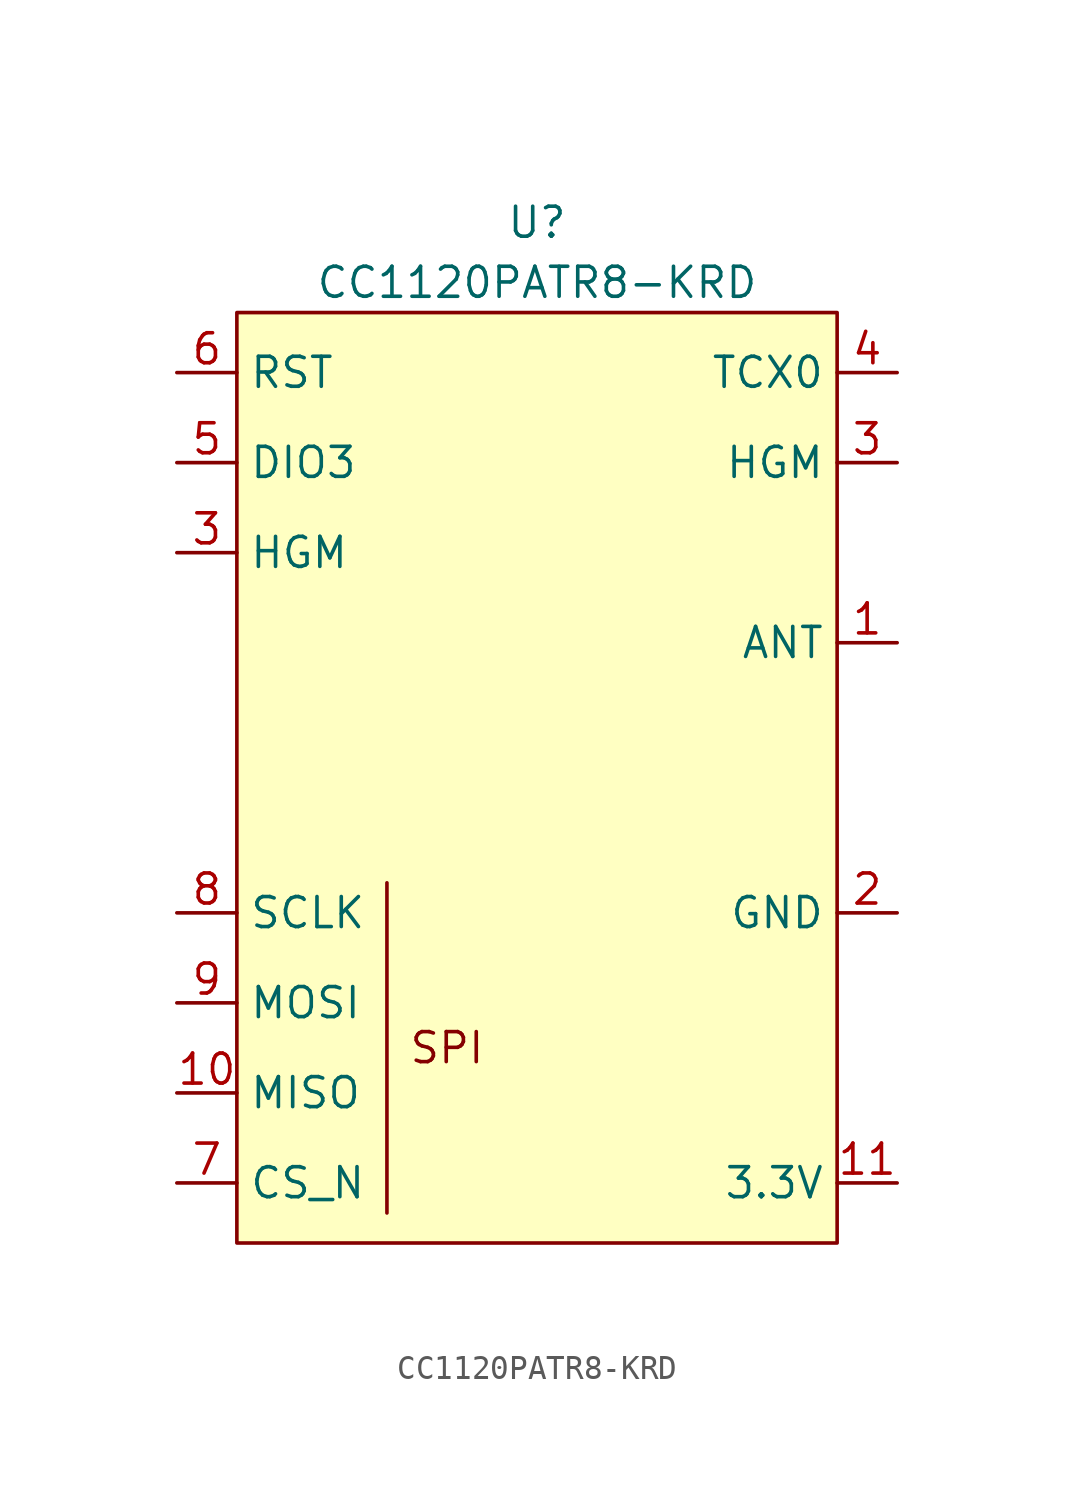
<source format=kicad_sym>
(kicad_symbol_lib
  (version 20211014)
  (generator kicad_symbol_editor)
  (symbol "CC1120PATR8-KRD"
    (property "Reference" "U"
      (at 0 22.86 0)
      (effects (font (size 1.27 1.27))))
    (property "Value" "CC1120PATR8-KRD"
      (at 0 20.32 0)
      (effects (font (size 1.27 1.27))))
    (symbol "CC1120PATR8-KRD_0_0"
      (rectangle (start -12.7 19.05) (end 12.7 -20.32) (stroke (width 0) (type default) (color 0 0 0 0)) (fill (type background)))
      (text "SPI" (at -3.81 -12.065 0) (effects (font (size 1.27 1.27)))))
    (symbol "CC1120PATR8-KRD_0_1"
      (polyline (pts (xy -6.35 -5.08) (xy -6.35 -19.05)) (stroke (width 0) (type default) (color 0 0 0 0)) (fill (type none))))
    (symbol "CC1120PATR8-KRD_1_1"
      (pin passive line (at 15.24 5.08 180) (length 2.54) (name "ANT" (effects (font (size 1.27 1.27)))) (number "1" (effects (font (size 1.27 1.27)))))
      (pin output line (at -15.24 -13.97 0) (length 2.54) (name "MISO" (effects (font (size 1.27 1.27)))) (number "10" (effects (font (size 1.27 1.27)))))
      (pin passive line (at 15.24 -17.78 180) (length 2.54) (name "3.3V" (effects (font (size 1.27 1.27)))) (number "11" (effects (font (size 1.27 1.27)))))
      (pin passive line (at 15.24 -6.35 180) (length 2.54) hide (name "GND" (effects (font (size 1.27 1.27)))) (number "12" (effects (font (size 1.27 1.27)))))
      (pin passive line (at 15.24 -6.35 180) (length 2.54) hide (name "GND" (effects (font (size 1.27 1.27)))) (number "13" (effects (font (size 1.27 1.27)))))
      (pin passive line (at 15.24 -6.35 180) (length 2.54) hide (name "GND" (effects (font (size 1.27 1.27)))) (number "14" (effects (font (size 1.27 1.27)))))
      (pin passive line (at 15.24 -6.35 180) (length 2.54) (name "GND" (effects (font (size 1.27 1.27)))) (number "2" (effects (font (size 1.27 1.27)))))
      (pin input line (at -15.24 8.89 0) (length 2.54) (name "HGM" (effects (font (size 1.27 1.27)))) (number "3" (effects (font (size 1.27 1.27)))))
      (pin input line (at 15.24 12.7 180) (length 2.54) (name "HGM" (effects (font (size 1.27 1.27)))) (number "3" (effects (font (size 1.27 1.27)))))
      (pin input line (at 15.24 16.51 180) (length 2.54) (name "TCX0" (effects (font (size 1.27 1.27)))) (number "4" (effects (font (size 1.27 1.27)))))
      (pin bidirectional line (at -15.24 12.7 0) (length 2.54) (name "DIO3" (effects (font (size 1.27 1.27)))) (number "5" (effects (font (size 1.27 1.27)))))
      (pin input line (at -15.24 16.51 0) (length 2.54) (name "RST" (effects (font (size 1.27 1.27)))) (number "6" (effects (font (size 1.27 1.27)))))
      (pin bidirectional line (at -15.24 -17.78 0) (length 2.54) (name "CS_N" (effects (font (size 1.27 1.27)))) (number "7" (effects (font (size 1.27 1.27)))))
      (pin input line (at -15.24 -6.35 0) (length 2.54) (name "SCLK" (effects (font (size 1.27 1.27)))) (number "8" (effects (font (size 1.27 1.27)))))
      (pin input line (at -15.24 -10.16 0) (length 2.54) (name "MOSI" (effects (font (size 1.27 1.27)))) (number "9" (effects (font (size 1.27 1.27))))))))
</source>
